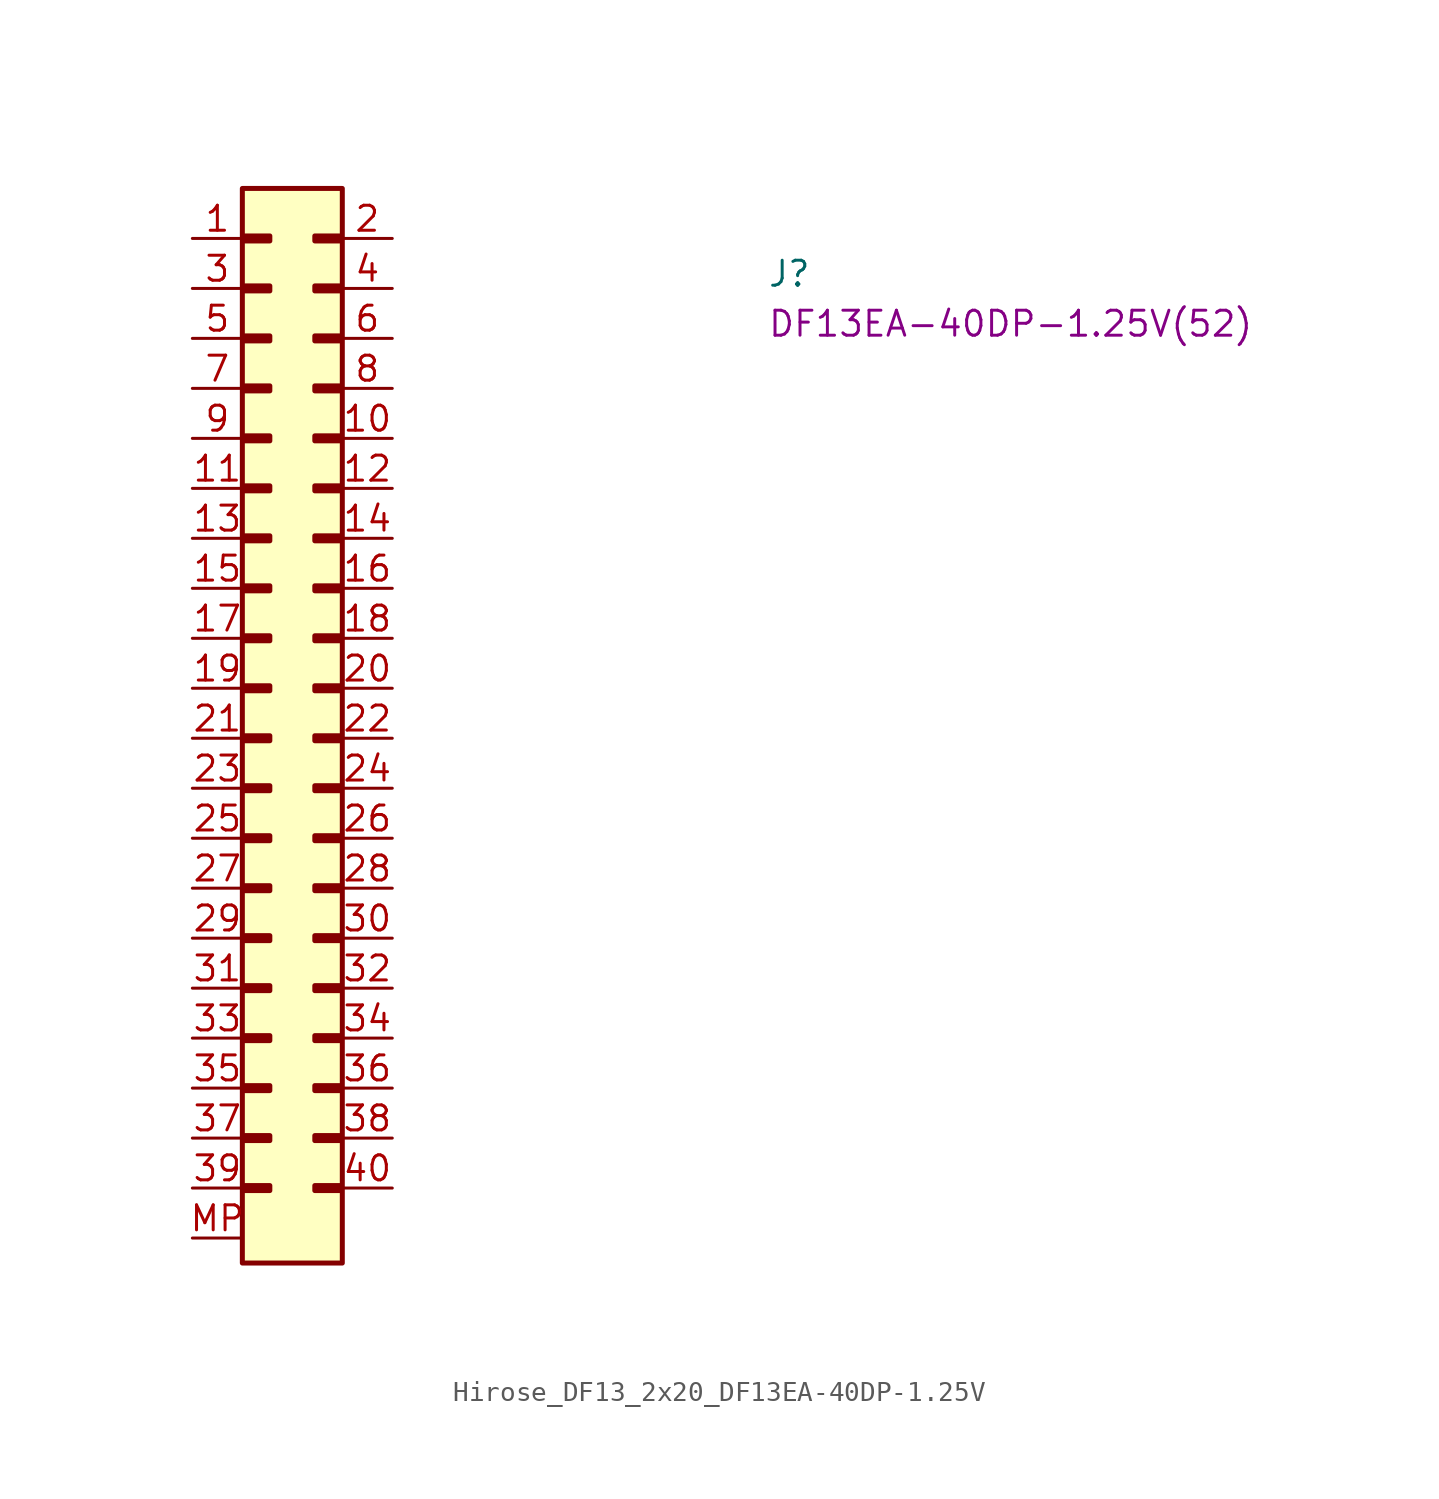
<source format=kicad_sym>
(kicad_symbol_lib
  (version 20220914)
  (generator kicad_symbol_editor)
  (symbol "Hirose_DF13_2x20_DF13EA-40DP-1.25V"
    (property "Reference" "J"
      (at 29.21 -2.54 0)
      (effects (font (size 1.27 1.27) (thickness 0.15)) (justify left bottom)))
    (property "MPN" "DF13EA-40DP-1.25V(52)"
      (at 29.21 -5.08 0)
      (effects (font (size 1.27 1.27) (thickness 0.15)) (justify left bottom)))
    (symbol "Hirose_DF13_2x20_DF13EA-40DP-1.25V_1_1"
      (rectangle (start 2.54 2.54) (end 7.62 -52.07) (stroke (width 0.254) (type default)) (fill (type background)))
      (rectangle (start 2.667 -48.133) (end 3.937 -48.387) (stroke (width 0.254) (type default)) (fill (type background)))
      (rectangle (start 2.667 -45.593) (end 3.937 -45.847) (stroke (width 0.254) (type default)) (fill (type background)))
      (rectangle (start 2.667 -43.053) (end 3.937 -43.307) (stroke (width 0.254) (type default)) (fill (type background)))
      (rectangle (start 2.667 -40.513) (end 3.937 -40.767) (stroke (width 0.254) (type default)) (fill (type background)))
      (rectangle (start 2.667 -37.973) (end 3.937 -38.227) (stroke (width 0.254) (type default)) (fill (type background)))
      (rectangle (start 2.667 -35.433) (end 3.937 -35.687) (stroke (width 0.254) (type default)) (fill (type background)))
      (rectangle (start 2.667 -32.893) (end 3.937 -33.147) (stroke (width 0.254) (type default)) (fill (type background)))
      (rectangle (start 2.667 -30.353) (end 3.937 -30.607) (stroke (width 0.254) (type default)) (fill (type background)))
      (rectangle (start 2.667 -27.813) (end 3.937 -28.067) (stroke (width 0.254) (type default)) (fill (type background)))
      (rectangle (start 2.667 -25.273) (end 3.937 -25.527) (stroke (width 0.254) (type default)) (fill (type outline)))
      (rectangle (start 2.667 -22.733) (end 3.937 -22.987) (stroke (width 0.254) (type default)) (fill (type background)))
      (rectangle (start 2.667 -20.193) (end 3.937 -20.447) (stroke (width 0.254) (type default)) (fill (type background)))
      (rectangle (start 2.667 -17.653) (end 3.937 -17.907) (stroke (width 0.254) (type default)) (fill (type background)))
      (rectangle (start 2.667 -15.113) (end 3.937 -15.367) (stroke (width 0.254) (type default)) (fill (type background)))
      (rectangle (start 2.667 -12.573) (end 3.937 -12.827) (stroke (width 0.254) (type default)) (fill (type background)))
      (rectangle (start 2.667 -10.033) (end 3.937 -10.287) (stroke (width 0.254) (type default)) (fill (type background)))
      (rectangle (start 2.667 -7.493) (end 3.937 -7.747) (stroke (width 0.254) (type default)) (fill (type background)))
      (rectangle (start 2.667 -4.953) (end 3.937 -5.207) (stroke (width 0.254) (type default)) (fill (type background)))
      (rectangle (start 2.667 -2.413) (end 3.937 -2.667) (stroke (width 0.254) (type default)) (fill (type background)))
      (rectangle (start 2.667 0.127) (end 3.937 -0.127) (stroke (width 0.254) (type default)) (fill (type outline)))
      (rectangle (start 6.223 -48.387) (end 7.493 -48.133) (stroke (width 0.254) (type default)) (fill (type background)))
      (rectangle (start 6.223 -45.847) (end 7.493 -45.593) (stroke (width 0.254) (type default)) (fill (type background)))
      (rectangle (start 6.223 -43.307) (end 7.493 -43.053) (stroke (width 0.254) (type default)) (fill (type background)))
      (rectangle (start 6.223 -40.767) (end 7.493 -40.513) (stroke (width 0.254) (type default)) (fill (type background)))
      (rectangle (start 6.223 -38.227) (end 7.493 -37.973) (stroke (width 0.254) (type default)) (fill (type background)))
      (rectangle (start 6.223 -35.687) (end 7.493 -35.433) (stroke (width 0.254) (type default)) (fill (type background)))
      (rectangle (start 6.223 -33.147) (end 7.493 -32.893) (stroke (width 0.254) (type default)) (fill (type background)))
      (rectangle (start 6.223 -30.607) (end 7.493 -30.353) (stroke (width 0.254) (type default)) (fill (type background)))
      (rectangle (start 6.223 -28.067) (end 7.493 -27.813) (stroke (width 0.254) (type default)) (fill (type background)))
      (rectangle (start 6.223 -25.527) (end 7.493 -25.273) (stroke (width 0.254) (type default)) (fill (type outline)))
      (rectangle (start 6.223 -22.987) (end 7.493 -22.733) (stroke (width 0.254) (type default)) (fill (type background)))
      (rectangle (start 6.223 -20.447) (end 7.493 -20.193) (stroke (width 0.254) (type default)) (fill (type background)))
      (rectangle (start 6.223 -17.907) (end 7.493 -17.653) (stroke (width 0.254) (type default)) (fill (type background)))
      (rectangle (start 6.223 -15.367) (end 7.493 -15.113) (stroke (width 0.254) (type default)) (fill (type background)))
      (rectangle (start 6.223 -12.827) (end 7.493 -12.573) (stroke (width 0.254) (type default)) (fill (type background)))
      (rectangle (start 6.223 -10.287) (end 7.493 -10.033) (stroke (width 0.254) (type default)) (fill (type background)))
      (rectangle (start 6.223 -7.747) (end 7.493 -7.493) (stroke (width 0.254) (type default)) (fill (type background)))
      (rectangle (start 6.223 -5.207) (end 7.493 -4.953) (stroke (width 0.254) (type default)) (fill (type background)))
      (rectangle (start 6.223 -2.667) (end 7.493 -2.413) (stroke (width 0.254) (type default)) (fill (type background)))
      (rectangle (start 6.223 -0.127) (end 7.493 0.127) (stroke (width 0.254) (type default)) (fill (type outline)))
      (pin passive line (at 0 0 0) (length 2.54) (name "~" (effects (font (size 1.27 1.27)))) (number "1" (effects (font (size 1.27 1.27)))))
      (pin passive line (at 10.16 -10.16 180) (length 2.54) (name "~" (effects (font (size 1.27 1.27)))) (number "10" (effects (font (size 1.27 1.27)))))
      (pin passive line (at 0 -12.7 0) (length 2.54) (name "~" (effects (font (size 1.27 1.27)))) (number "11" (effects (font (size 1.27 1.27)))))
      (pin passive line (at 10.16 -12.7 180) (length 2.54) (name "~" (effects (font (size 1.27 1.27)))) (number "12" (effects (font (size 1.27 1.27)))))
      (pin passive line (at 0 -15.24 0) (length 2.54) (name "~" (effects (font (size 1.27 1.27)))) (number "13" (effects (font (size 1.27 1.27)))))
      (pin passive line (at 10.16 -15.24 180) (length 2.54) (name "~" (effects (font (size 1.27 1.27)))) (number "14" (effects (font (size 1.27 1.27)))))
      (pin passive line (at 0 -17.78 0) (length 2.54) (name "~" (effects (font (size 1.27 1.27)))) (number "15" (effects (font (size 1.27 1.27)))))
      (pin passive line (at 10.16 -17.78 180) (length 2.54) (name "~" (effects (font (size 1.27 1.27)))) (number "16" (effects (font (size 1.27 1.27)))))
      (pin passive line (at 0 -20.32 0) (length 2.54) (name "~" (effects (font (size 1.27 1.27)))) (number "17" (effects (font (size 1.27 1.27)))))
      (pin passive line (at 10.16 -20.32 180) (length 2.54) (name "~" (effects (font (size 1.27 1.27)))) (number "18" (effects (font (size 1.27 1.27)))))
      (pin passive line (at 0 -22.86 0) (length 2.54) (name "~" (effects (font (size 1.27 1.27)))) (number "19" (effects (font (size 1.27 1.27)))))
      (pin passive line (at 10.16 0 180) (length 2.54) (name "~" (effects (font (size 1.27 1.27)))) (number "2" (effects (font (size 1.27 1.27)))))
      (pin passive line (at 10.16 -22.86 180) (length 2.54) (name "~" (effects (font (size 1.27 1.27)))) (number "20" (effects (font (size 1.27 1.27)))))
      (pin passive line (at 0 -25.4 0) (length 2.54) (name "~" (effects (font (size 1.27 1.27)))) (number "21" (effects (font (size 1.27 1.27)))))
      (pin passive line (at 10.16 -25.4 180) (length 2.54) (name "~" (effects (font (size 1.27 1.27)))) (number "22" (effects (font (size 1.27 1.27)))))
      (pin passive line (at 0 -27.94 0) (length 2.54) (name "~" (effects (font (size 1.27 1.27)))) (number "23" (effects (font (size 1.27 1.27)))))
      (pin passive line (at 10.16 -27.94 180) (length 2.54) (name "~" (effects (font (size 1.27 1.27)))) (number "24" (effects (font (size 1.27 1.27)))))
      (pin passive line (at 0 -30.48 0) (length 2.54) (name "~" (effects (font (size 1.27 1.27)))) (number "25" (effects (font (size 1.27 1.27)))))
      (pin passive line (at 10.16 -30.48 180) (length 2.54) (name "~" (effects (font (size 1.27 1.27)))) (number "26" (effects (font (size 1.27 1.27)))))
      (pin passive line (at 0 -33.02 0) (length 2.54) (name "~" (effects (font (size 1.27 1.27)))) (number "27" (effects (font (size 1.27 1.27)))))
      (pin passive line (at 10.16 -33.02 180) (length 2.54) (name "~" (effects (font (size 1.27 1.27)))) (number "28" (effects (font (size 1.27 1.27)))))
      (pin passive line (at 0 -35.56 0) (length 2.54) (name "~" (effects (font (size 1.27 1.27)))) (number "29" (effects (font (size 1.27 1.27)))))
      (pin passive line (at 0 -2.54 0) (length 2.54) (name "~" (effects (font (size 1.27 1.27)))) (number "3" (effects (font (size 1.27 1.27)))))
      (pin passive line (at 10.16 -35.56 180) (length 2.54) (name "~" (effects (font (size 1.27 1.27)))) (number "30" (effects (font (size 1.27 1.27)))))
      (pin passive line (at 0 -38.1 0) (length 2.54) (name "~" (effects (font (size 1.27 1.27)))) (number "31" (effects (font (size 1.27 1.27)))))
      (pin passive line (at 10.16 -38.1 180) (length 2.54) (name "~" (effects (font (size 1.27 1.27)))) (number "32" (effects (font (size 1.27 1.27)))))
      (pin passive line (at 0 -40.64 0) (length 2.54) (name "~" (effects (font (size 1.27 1.27)))) (number "33" (effects (font (size 1.27 1.27)))))
      (pin passive line (at 10.16 -40.64 180) (length 2.54) (name "~" (effects (font (size 1.27 1.27)))) (number "34" (effects (font (size 1.27 1.27)))))
      (pin passive line (at 0 -43.18 0) (length 2.54) (name "~" (effects (font (size 1.27 1.27)))) (number "35" (effects (font (size 1.27 1.27)))))
      (pin passive line (at 10.16 -43.18 180) (length 2.54) (name "~" (effects (font (size 1.27 1.27)))) (number "36" (effects (font (size 1.27 1.27)))))
      (pin passive line (at 0 -45.72 0) (length 2.54) (name "~" (effects (font (size 1.27 1.27)))) (number "37" (effects (font (size 1.27 1.27)))))
      (pin passive line (at 10.16 -45.72 180) (length 2.54) (name "~" (effects (font (size 1.27 1.27)))) (number "38" (effects (font (size 1.27 1.27)))))
      (pin passive line (at 0 -48.26 0) (length 2.54) (name "~" (effects (font (size 1.27 1.27)))) (number "39" (effects (font (size 1.27 1.27)))))
      (pin passive line (at 10.16 -2.54 180) (length 2.54) (name "~" (effects (font (size 1.27 1.27)))) (number "4" (effects (font (size 1.27 1.27)))))
      (pin passive line (at 10.16 -48.26 180) (length 2.54) (name "~" (effects (font (size 1.27 1.27)))) (number "40" (effects (font (size 1.27 1.27)))))
      (pin passive line (at 0 -5.08 0) (length 2.54) (name "~" (effects (font (size 1.27 1.27)))) (number "5" (effects (font (size 1.27 1.27)))))
      (pin passive line (at 10.16 -5.08 180) (length 2.54) (name "~" (effects (font (size 1.27 1.27)))) (number "6" (effects (font (size 1.27 1.27)))))
      (pin passive line (at 0 -7.62 0) (length 2.54) (name "~" (effects (font (size 1.27 1.27)))) (number "7" (effects (font (size 1.27 1.27)))))
      (pin passive line (at 10.16 -7.62 180) (length 2.54) (name "~" (effects (font (size 1.27 1.27)))) (number "8" (effects (font (size 1.27 1.27)))))
      (pin passive line (at 0 -10.16 0) (length 2.54) (name "~" (effects (font (size 1.27 1.27)))) (number "9" (effects (font (size 1.27 1.27)))))
      (pin passive line (at 0 -50.8 0) (length 2.54) (name "~" (effects (font (size 1.27 1.27)))) (number "MP" (effects (font (size 1.27 1.27))))))))
</source>
